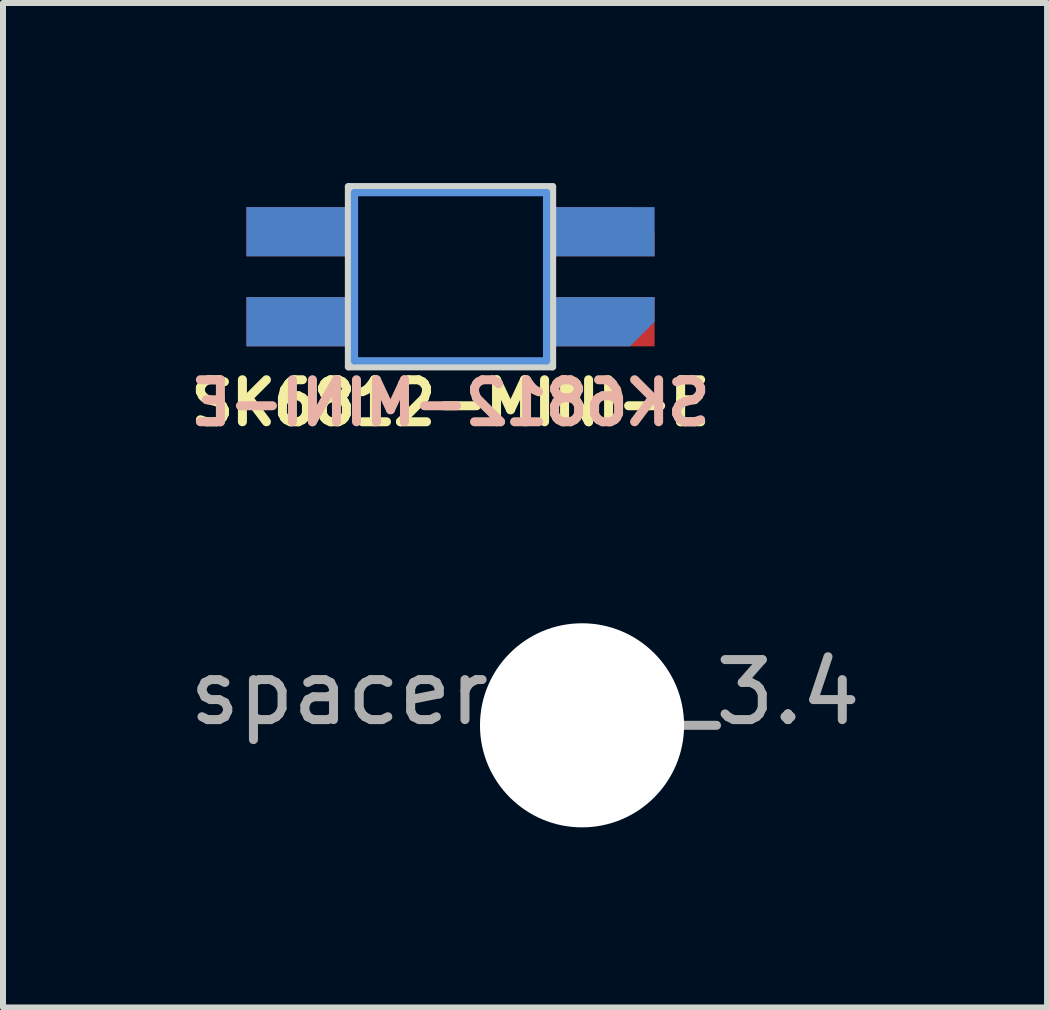
<source format=kicad_pcb>
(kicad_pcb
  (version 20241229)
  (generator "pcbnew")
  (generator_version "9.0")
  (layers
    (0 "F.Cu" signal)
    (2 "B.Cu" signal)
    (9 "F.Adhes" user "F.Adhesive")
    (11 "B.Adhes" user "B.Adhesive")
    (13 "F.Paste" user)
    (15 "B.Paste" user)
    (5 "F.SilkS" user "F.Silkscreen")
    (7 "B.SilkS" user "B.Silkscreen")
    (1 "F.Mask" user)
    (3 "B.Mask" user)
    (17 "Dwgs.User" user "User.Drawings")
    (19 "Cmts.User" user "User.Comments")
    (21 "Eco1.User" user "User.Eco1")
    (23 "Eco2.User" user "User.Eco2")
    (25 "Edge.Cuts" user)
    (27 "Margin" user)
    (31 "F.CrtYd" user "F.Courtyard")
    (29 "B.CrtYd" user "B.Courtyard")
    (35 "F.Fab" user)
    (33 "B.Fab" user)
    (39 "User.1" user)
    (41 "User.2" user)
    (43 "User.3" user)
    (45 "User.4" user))
  (footprint "SK6812-MINI-E"
    (layer "F.Cu")
    (at 4.455 1.56)
    (property "Reference" "SK6812-MINI-E" (at 0 2.1 0) (unlocked yes) (layer "F.SilkS") (effects (font (size 0.7 0.7) (thickness 0.15))))
    (attr through_hole)
    (fp_line (start -1.6 -1.4) (end 1.6 -1.4) (stroke (width 0.12) (type solid)) (layer "Cmts.User"))
    (fp_line (start -1.6 1.4) (end -1.6 -1.4) (stroke (width 0.12) (type solid)) (layer "Cmts.User"))
    (fp_line (start 1.6 -1.4) (end 1.6 1.4) (stroke (width 0.12) (type solid)) (layer "Cmts.User"))
    (fp_line (start 1.6 1.4) (end -1.6 1.4) (stroke (width 0.12) (type solid)) (layer "Cmts.User"))
    (fp_line (start -1.7 -1.5) (end 1.7 -1.5) (stroke (width 0.12) (type solid)) (layer "Edge.Cuts"))
    (fp_line (start -1.7 1.5) (end -1.7 -1.5) (stroke (width 0.12) (type solid)) (layer "Edge.Cuts"))
    (fp_line (start 1.7 -1.5) (end 1.7 1.5) (stroke (width 0.12) (type solid)) (layer "Edge.Cuts"))
    (fp_line (start 1.7 1.5) (end -1.7 1.5) (stroke (width 0.12) (type solid)) (layer "Edge.Cuts"))
    (fp_text user "${REFERENCE}" (at 0 2.1 0) (unlocked yes) (layer "B.SilkS") (effects (font (size 0.7 0.7) (thickness 0.15)) (justify mirror)))
    (pad "1" smd rect (at -2.55 -0.75) (size 1.7 0.82) (layers "B.Cu" "B.Mask" "B.Paste"))
    (pad "1" smd rect (at -2.55 0.75) (size 1.7 0.82) (layers "F.Cu" "F.Mask" "F.Paste"))
    (pad "2" smd rect (at -2.55 -0.75) (size 1.7 0.82) (layers "F.Cu" "F.Mask" "F.Paste"))
    (pad "2" smd rect (at -2.55 0.75) (size 1.7 0.82) (layers "B.Cu" "B.Mask" "B.Paste"))
    (pad "3" smd roundrect (at 2.55 -0.75) (size 1.7 0.82) (layers "F.Cu" "F.Mask" "F.Paste") (roundrect_rratio 0) (chamfer_ratio 0.5) (chamfer top_right))
    (pad "3" smd roundrect (at 2.55 0.75) (size 1.7 0.82) (layers "B.Cu" "B.Mask" "B.Paste") (roundrect_rratio 0) (chamfer_ratio 0.5) (chamfer bottom_right))
    (pad "4" smd rect (at 2.55 -0.75) (size 1.7 0.82) (layers "B.Cu" "B.Mask" "F.Paste"))
    (pad "4" smd rect (at 2.55 0.75) (size 1.7 0.82) (layers "F.Cu" "F.Mask" "F.Paste")))
  (footprint "spacer_m2_3.4"
    (layer "F.Cu")
    (at 6.646 9.033)
    (property "Reference" "spacer_m2_3.4" (at -0.95 -0.55 0) (layer "F.Fab") (effects (font (size 1 1) (thickness 0.15))))
    (attr exclude_from_pos_files exclude_from_bom)
    (pad "" np_thru_hole circle (at 0 0) (size 3.4 3.4) (drill 3.4) (layers "*.Cu" "*.Mask")))
  (gr_rect
    (start -3 -3)
    (end 14.393 13.733)
    (stroke (width 0.1) (type default))
    (fill no)
    (layer "Edge.Cuts")))
</source>
